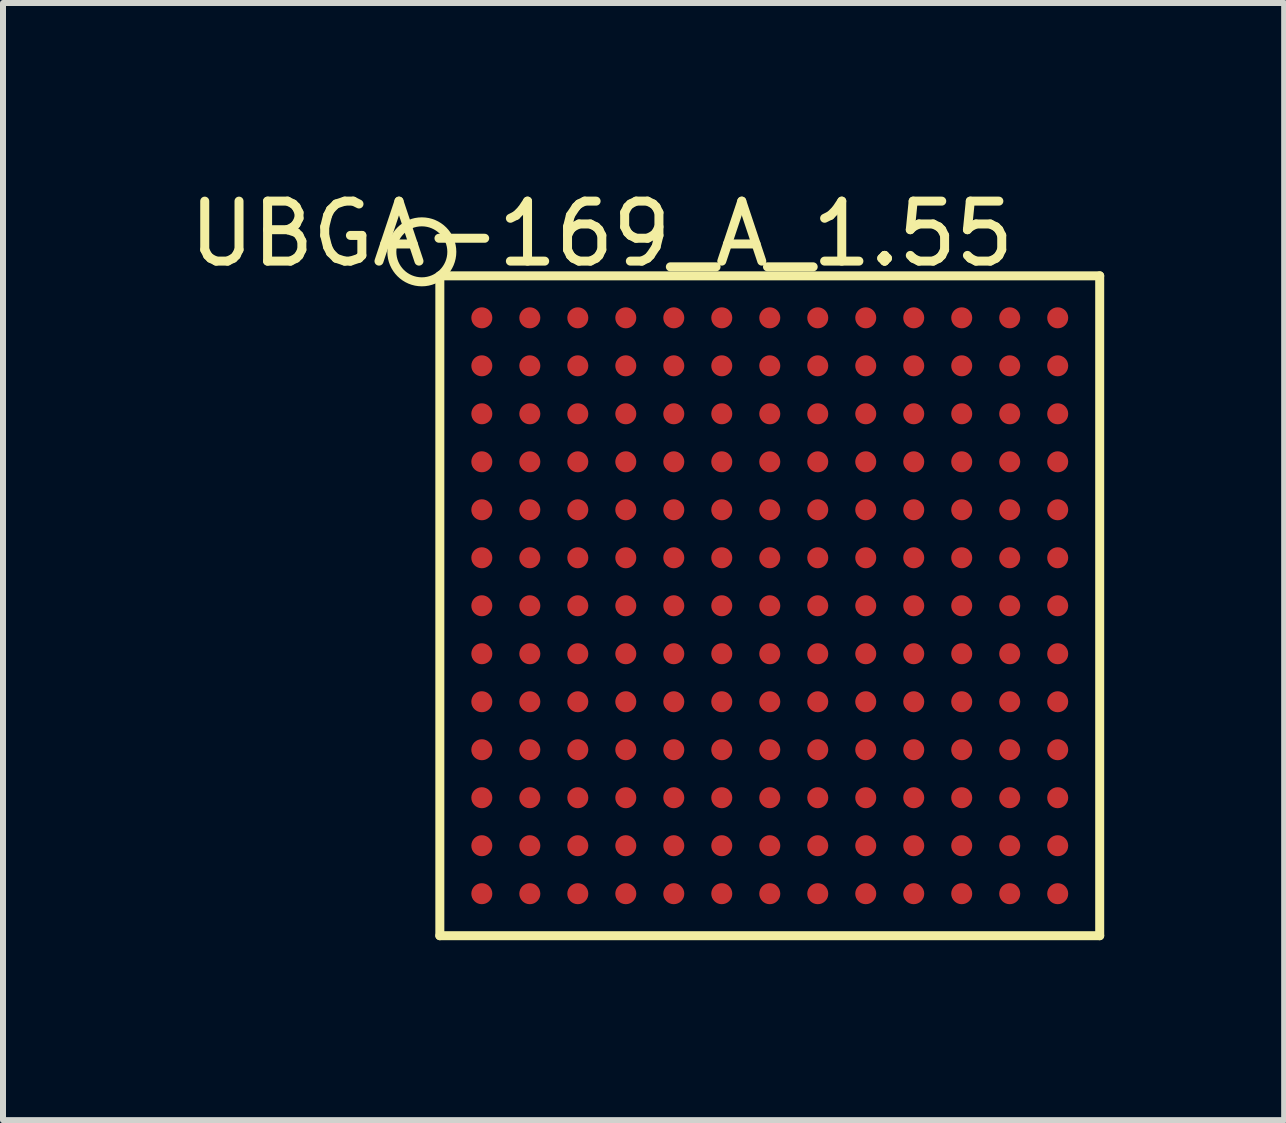
<source format=kicad_pcb>
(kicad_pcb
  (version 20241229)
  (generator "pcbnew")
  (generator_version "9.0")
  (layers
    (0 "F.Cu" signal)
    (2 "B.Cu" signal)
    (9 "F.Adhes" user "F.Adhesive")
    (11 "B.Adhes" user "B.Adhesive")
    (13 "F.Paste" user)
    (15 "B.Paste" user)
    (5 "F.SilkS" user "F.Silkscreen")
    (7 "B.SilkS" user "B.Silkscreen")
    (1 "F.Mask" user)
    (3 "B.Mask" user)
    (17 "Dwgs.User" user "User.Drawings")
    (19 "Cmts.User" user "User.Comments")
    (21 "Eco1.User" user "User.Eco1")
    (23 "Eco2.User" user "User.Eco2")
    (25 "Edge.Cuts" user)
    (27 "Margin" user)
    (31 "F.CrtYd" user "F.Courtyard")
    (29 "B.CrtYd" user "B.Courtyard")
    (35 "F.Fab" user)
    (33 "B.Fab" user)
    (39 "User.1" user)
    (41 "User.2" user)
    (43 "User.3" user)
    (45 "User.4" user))
  (footprint "UBGA-169_A_1.55"
    (layer "F.Cu")
    (at 9.782 7.048)
    (property "Reference" "UBGA-169_A_1.55" (at -2.8 -6.2 0) (layer "F.SilkS") (effects (font (size 1 1) (thickness 0.15))))
    (attr through_hole)
    (fp_line (start -5.5 -5.5) (end 5.5 -5.5) (stroke (width 0.15) (type solid)) (layer "F.SilkS"))
    (fp_line (start -5.5 5.5) (end -5.5 -5.5) (stroke (width 0.15) (type solid)) (layer "F.SilkS"))
    (fp_line (start 5.5 -5.5) (end 5.5 5.5) (stroke (width 0.15) (type solid)) (layer "F.SilkS"))
    (fp_line (start 5.5 5.5) (end -5.5 5.5) (stroke (width 0.15) (type solid)) (layer "F.SilkS"))
    (fp_circle (center -5.8 -5.9) (end -5.5 -5.5) (stroke (width 0.15) (type solid)) (fill no) (layer "F.SilkS"))
    (pad "A1" smd circle (at -4.8 -4.8) (size 0.35 0.35) (layers "F.Cu" "F.Mask" "F.Paste"))
    (pad "A2" smd circle (at -4 -4.8) (size 0.35 0.35) (layers "F.Cu" "F.Mask" "F.Paste"))
    (pad "A3" smd circle (at -3.2 -4.8) (size 0.35 0.35) (layers "F.Cu" "F.Mask" "F.Paste"))
    (pad "A4" smd circle (at -2.4 -4.8) (size 0.35 0.35) (layers "F.Cu" "F.Mask" "F.Paste"))
    (pad "A5" smd circle (at -1.6 -4.8) (size 0.35 0.35) (layers "F.Cu" "F.Mask" "F.Paste"))
    (pad "A6" smd circle (at -0.8 -4.8) (size 0.35 0.35) (layers "F.Cu" "F.Mask" "F.Paste"))
    (pad "A7" smd circle (at 0 -4.8) (size 0.35 0.35) (layers "F.Cu" "F.Mask" "F.Paste"))
    (pad "A8" smd circle (at 0.8 -4.8) (size 0.35 0.35) (layers "F.Cu" "F.Mask" "F.Paste"))
    (pad "A9" smd circle (at 1.6 -4.8) (size 0.35 0.35) (layers "F.Cu" "F.Mask" "F.Paste"))
    (pad "A10" smd circle (at 2.4 -4.8) (size 0.35 0.35) (layers "F.Cu" "F.Mask" "F.Paste"))
    (pad "A11" smd circle (at 3.2 -4.8) (size 0.35 0.35) (layers "F.Cu" "F.Mask" "F.Paste"))
    (pad "A12" smd circle (at 4 -4.8) (size 0.35 0.35) (layers "F.Cu" "F.Mask" "F.Paste"))
    (pad "A13" smd circle (at 4.8 -4.8) (size 0.35 0.35) (layers "F.Cu" "F.Mask" "F.Paste"))
    (pad "B1" smd circle (at -4.8 -4) (size 0.35 0.35) (layers "F.Cu" "F.Mask" "F.Paste"))
    (pad "B2" smd circle (at -4 -4) (size 0.35 0.35) (layers "F.Cu" "F.Mask" "F.Paste"))
    (pad "B3" smd circle (at -3.2 -4) (size 0.35 0.35) (layers "F.Cu" "F.Mask" "F.Paste"))
    (pad "B4" smd circle (at -2.4 -4) (size 0.35 0.35) (layers "F.Cu" "F.Mask" "F.Paste"))
    (pad "B5" smd circle (at -1.6 -4) (size 0.35 0.35) (layers "F.Cu" "F.Mask" "F.Paste"))
    (pad "B6" smd circle (at -0.8 -4) (size 0.35 0.35) (layers "F.Cu" "F.Mask" "F.Paste"))
    (pad "B7" smd circle (at 0 -4) (size 0.35 0.35) (layers "F.Cu" "F.Mask" "F.Paste"))
    (pad "B8" smd circle (at 0.8 -4) (size 0.35 0.35) (layers "F.Cu" "F.Mask" "F.Paste"))
    (pad "B9" smd circle (at 1.6 -4) (size 0.35 0.35) (layers "F.Cu" "F.Mask" "F.Paste"))
    (pad "B10" smd circle (at 2.4 -4) (size 0.35 0.35) (layers "F.Cu" "F.Mask" "F.Paste"))
    (pad "B11" smd circle (at 3.2 -4) (size 0.35 0.35) (layers "F.Cu" "F.Mask" "F.Paste"))
    (pad "B12" smd circle (at 4 -4) (size 0.35 0.35) (layers "F.Cu" "F.Mask" "F.Paste"))
    (pad "B13" smd circle (at 4.8 -4) (size 0.35 0.35) (layers "F.Cu" "F.Mask" "F.Paste"))
    (pad "C1" smd circle (at -4.8 -3.2) (size 0.35 0.35) (layers "F.Cu" "F.Mask" "F.Paste"))
    (pad "C2" smd circle (at -4 -3.2) (size 0.35 0.35) (layers "F.Cu" "F.Mask" "F.Paste"))
    (pad "C3" smd circle (at -3.2 -3.2) (size 0.35 0.35) (layers "F.Cu" "F.Mask" "F.Paste"))
    (pad "C4" smd circle (at -2.4 -3.2) (size 0.35 0.35) (layers "F.Cu" "F.Mask" "F.Paste"))
    (pad "C5" smd circle (at -1.6 -3.2) (size 0.35 0.35) (layers "F.Cu" "F.Mask" "F.Paste"))
    (pad "C6" smd circle (at -0.8 -3.2) (size 0.35 0.35) (layers "F.Cu" "F.Mask" "F.Paste"))
    (pad "C7" smd circle (at 0 -3.2) (size 0.35 0.35) (layers "F.Cu" "F.Mask" "F.Paste"))
    (pad "C8" smd circle (at 0.8 -3.2) (size 0.35 0.35) (layers "F.Cu" "F.Mask" "F.Paste"))
    (pad "C9" smd circle (at 1.6 -3.2) (size 0.35 0.35) (layers "F.Cu" "F.Mask" "F.Paste"))
    (pad "C10" smd circle (at 2.4 -3.2) (size 0.35 0.35) (layers "F.Cu" "F.Mask" "F.Paste"))
    (pad "C11" smd circle (at 3.2 -3.2) (size 0.35 0.35) (layers "F.Cu" "F.Mask" "F.Paste"))
    (pad "C12" smd circle (at 4 -3.2) (size 0.35 0.35) (layers "F.Cu" "F.Mask" "F.Paste"))
    (pad "C13" smd circle (at 4.8 -3.2) (size 0.35 0.35) (layers "F.Cu" "F.Mask" "F.Paste"))
    (pad "D1" smd circle (at -4.8 -2.4) (size 0.35 0.35) (layers "F.Cu" "F.Mask" "F.Paste"))
    (pad "D2" smd circle (at -4 -2.4) (size 0.35 0.35) (layers "F.Cu" "F.Mask" "F.Paste"))
    (pad "D3" smd circle (at -3.2 -2.4) (size 0.35 0.35) (layers "F.Cu" "F.Mask" "F.Paste"))
    (pad "D4" smd circle (at -2.4 -2.4) (size 0.35 0.35) (layers "F.Cu" "F.Mask" "F.Paste"))
    (pad "D5" smd circle (at -1.6 -2.4) (size 0.35 0.35) (layers "F.Cu" "F.Mask" "F.Paste"))
    (pad "D6" smd circle (at -0.8 -2.4) (size 0.35 0.35) (layers "F.Cu" "F.Mask" "F.Paste"))
    (pad "D7" smd circle (at 0 -2.4) (size 0.35 0.35) (layers "F.Cu" "F.Mask" "F.Paste"))
    (pad "D8" smd circle (at 0.8 -2.4) (size 0.35 0.35) (layers "F.Cu" "F.Mask" "F.Paste"))
    (pad "D9" smd circle (at 1.6 -2.4) (size 0.35 0.35) (layers "F.Cu" "F.Mask" "F.Paste"))
    (pad "D10" smd circle (at 2.4 -2.4) (size 0.35 0.35) (layers "F.Cu" "F.Mask" "F.Paste"))
    (pad "D11" smd circle (at 3.2 -2.4) (size 0.35 0.35) (layers "F.Cu" "F.Mask" "F.Paste"))
    (pad "D12" smd circle (at 4 -2.4) (size 0.35 0.35) (layers "F.Cu" "F.Mask" "F.Paste"))
    (pad "D13" smd circle (at 4.8 -2.4) (size 0.35 0.35) (layers "F.Cu" "F.Mask" "F.Paste"))
    (pad "E1" smd circle (at -4.8 -1.6) (size 0.35 0.35) (layers "F.Cu" "F.Mask" "F.Paste"))
    (pad "E2" smd circle (at -4 -1.6) (size 0.35 0.35) (layers "F.Cu" "F.Mask" "F.Paste"))
    (pad "E3" smd circle (at -3.2 -1.6) (size 0.35 0.35) (layers "F.Cu" "F.Mask" "F.Paste"))
    (pad "E4" smd circle (at -2.4 -1.6) (size 0.35 0.35) (layers "F.Cu" "F.Mask" "F.Paste"))
    (pad "E5" smd circle (at -1.6 -1.6) (size 0.35 0.35) (layers "F.Cu" "F.Mask" "F.Paste"))
    (pad "E6" smd circle (at -0.8 -1.6) (size 0.35 0.35) (layers "F.Cu" "F.Mask" "F.Paste"))
    (pad "E7" smd circle (at 0 -1.6) (size 0.35 0.35) (layers "F.Cu" "F.Mask" "F.Paste"))
    (pad "E8" smd circle (at 0.8 -1.6) (size 0.35 0.35) (layers "F.Cu" "F.Mask" "F.Paste"))
    (pad "E9" smd circle (at 1.6 -1.6) (size 0.35 0.35) (layers "F.Cu" "F.Mask" "F.Paste"))
    (pad "E10" smd circle (at 2.4 -1.6) (size 0.35 0.35) (layers "F.Cu" "F.Mask" "F.Paste"))
    (pad "E11" smd circle (at 3.2 -1.6) (size 0.35 0.35) (layers "F.Cu" "F.Mask" "F.Paste"))
    (pad "E12" smd circle (at 4 -1.6) (size 0.35 0.35) (layers "F.Cu" "F.Mask" "F.Paste"))
    (pad "E13" smd circle (at 4.8 -1.6) (size 0.35 0.35) (layers "F.Cu" "F.Mask" "F.Paste"))
    (pad "F1" smd circle (at -4.8 -0.8) (size 0.35 0.35) (layers "F.Cu" "F.Mask" "F.Paste"))
    (pad "F2" smd circle (at -4 -0.8) (size 0.35 0.35) (layers "F.Cu" "F.Mask" "F.Paste"))
    (pad "F3" smd circle (at -3.2 -0.8) (size 0.35 0.35) (layers "F.Cu" "F.Mask" "F.Paste"))
    (pad "F4" smd circle (at -2.4 -0.8) (size 0.35 0.35) (layers "F.Cu" "F.Mask" "F.Paste"))
    (pad "F5" smd circle (at -1.6 -0.8) (size 0.35 0.35) (layers "F.Cu" "F.Mask" "F.Paste"))
    (pad "F6" smd circle (at -0.8 -0.8) (size 0.35 0.35) (layers "F.Cu" "F.Mask" "F.Paste"))
    (pad "F7" smd circle (at 0 -0.8) (size 0.35 0.35) (layers "F.Cu" "F.Mask" "F.Paste"))
    (pad "F8" smd circle (at 0.8 -0.8) (size 0.35 0.35) (layers "F.Cu" "F.Mask" "F.Paste"))
    (pad "F9" smd circle (at 1.6 -0.8) (size 0.35 0.35) (layers "F.Cu" "F.Mask" "F.Paste"))
    (pad "F10" smd circle (at 2.4 -0.8) (size 0.35 0.35) (layers "F.Cu" "F.Mask" "F.Paste"))
    (pad "F11" smd circle (at 3.2 -0.8) (size 0.35 0.35) (layers "F.Cu" "F.Mask" "F.Paste"))
    (pad "F12" smd circle (at 4 -0.8) (size 0.35 0.35) (layers "F.Cu" "F.Mask" "F.Paste"))
    (pad "F13" smd circle (at 4.8 -0.8) (size 0.35 0.35) (layers "F.Cu" "F.Mask" "F.Paste"))
    (pad "G1" smd circle (at -4.8 0) (size 0.35 0.35) (layers "F.Cu" "F.Mask" "F.Paste"))
    (pad "G2" smd circle (at -4 0) (size 0.35 0.35) (layers "F.Cu" "F.Mask" "F.Paste"))
    (pad "G3" smd circle (at -3.2 0) (size 0.35 0.35) (layers "F.Cu" "F.Mask" "F.Paste"))
    (pad "G4" smd circle (at -2.4 0) (size 0.35 0.35) (layers "F.Cu" "F.Mask" "F.Paste"))
    (pad "G5" smd circle (at -1.6 0) (size 0.35 0.35) (layers "F.Cu" "F.Mask" "F.Paste"))
    (pad "G6" smd circle (at -0.8 0) (size 0.35 0.35) (layers "F.Cu" "F.Mask" "F.Paste"))
    (pad "G7" smd circle (at 0 0) (size 0.35 0.35) (layers "F.Cu" "F.Mask" "F.Paste"))
    (pad "G8" smd circle (at 0.8 0) (size 0.35 0.35) (layers "F.Cu" "F.Mask" "F.Paste"))
    (pad "G9" smd circle (at 1.6 0) (size 0.35 0.35) (layers "F.Cu" "F.Mask" "F.Paste"))
    (pad "G10" smd circle (at 2.4 0) (size 0.35 0.35) (layers "F.Cu" "F.Mask" "F.Paste"))
    (pad "G11" smd circle (at 3.2 0) (size 0.35 0.35) (layers "F.Cu" "F.Mask" "F.Paste"))
    (pad "G12" smd circle (at 4 0) (size 0.35 0.35) (layers "F.Cu" "F.Mask" "F.Paste"))
    (pad "G13" smd circle (at 4.8 0) (size 0.35 0.35) (layers "F.Cu" "F.Mask" "F.Paste"))
    (pad "H1" smd circle (at -4.8 0.8) (size 0.35 0.35) (layers "F.Cu" "F.Mask" "F.Paste"))
    (pad "H2" smd circle (at -4 0.8) (size 0.35 0.35) (layers "F.Cu" "F.Mask" "F.Paste"))
    (pad "H3" smd circle (at -3.2 0.8) (size 0.35 0.35) (layers "F.Cu" "F.Mask" "F.Paste"))
    (pad "H4" smd circle (at -2.4 0.8) (size 0.35 0.35) (layers "F.Cu" "F.Mask" "F.Paste"))
    (pad "H5" smd circle (at -1.6 0.8) (size 0.35 0.35) (layers "F.Cu" "F.Mask" "F.Paste"))
    (pad "H6" smd circle (at -0.8 0.8) (size 0.35 0.35) (layers "F.Cu" "F.Mask" "F.Paste"))
    (pad "H7" smd circle (at 0 0.8) (size 0.35 0.35) (layers "F.Cu" "F.Mask" "F.Paste"))
    (pad "H8" smd circle (at 0.8 0.8) (size 0.35 0.35) (layers "F.Cu" "F.Mask" "F.Paste"))
    (pad "H9" smd circle (at 1.6 0.8) (size 0.35 0.35) (layers "F.Cu" "F.Mask" "F.Paste"))
    (pad "H10" smd circle (at 2.4 0.8) (size 0.35 0.35) (layers "F.Cu" "F.Mask" "F.Paste"))
    (pad "H11" smd circle (at 3.2 0.8) (size 0.35 0.35) (layers "F.Cu" "F.Mask" "F.Paste"))
    (pad "H12" smd circle (at 4 0.8) (size 0.35 0.35) (layers "F.Cu" "F.Mask" "F.Paste"))
    (pad "H13" smd circle (at 4.8 0.8) (size 0.35 0.35) (layers "F.Cu" "F.Mask" "F.Paste"))
    (pad "J1" smd circle (at -4.8 1.6) (size 0.35 0.35) (layers "F.Cu" "F.Mask" "F.Paste"))
    (pad "J2" smd circle (at -4 1.6) (size 0.35 0.35) (layers "F.Cu" "F.Mask" "F.Paste"))
    (pad "J3" smd circle (at -3.2 1.6) (size 0.35 0.35) (layers "F.Cu" "F.Mask" "F.Paste"))
    (pad "J4" smd circle (at -2.4 1.6) (size 0.35 0.35) (layers "F.Cu" "F.Mask" "F.Paste"))
    (pad "J5" smd circle (at -1.6 1.6) (size 0.35 0.35) (layers "F.Cu" "F.Mask" "F.Paste"))
    (pad "J6" smd circle (at -0.8 1.6) (size 0.35 0.35) (layers "F.Cu" "F.Mask" "F.Paste"))
    (pad "J7" smd circle (at 0 1.6) (size 0.35 0.35) (layers "F.Cu" "F.Mask" "F.Paste"))
    (pad "J8" smd circle (at 0.8 1.6) (size 0.35 0.35) (layers "F.Cu" "F.Mask" "F.Paste"))
    (pad "J9" smd circle (at 1.6 1.6) (size 0.35 0.35) (layers "F.Cu" "F.Mask" "F.Paste"))
    (pad "J10" smd circle (at 2.4 1.6) (size 0.35 0.35) (layers "F.Cu" "F.Mask" "F.Paste"))
    (pad "J11" smd circle (at 3.2 1.6) (size 0.35 0.35) (layers "F.Cu" "F.Mask" "F.Paste"))
    (pad "J12" smd circle (at 4 1.6) (size 0.35 0.35) (layers "F.Cu" "F.Mask" "F.Paste"))
    (pad "J13" smd circle (at 4.8 1.6) (size 0.35 0.35) (layers "F.Cu" "F.Mask" "F.Paste"))
    (pad "K1" smd circle (at -4.8 2.4) (size 0.35 0.35) (layers "F.Cu" "F.Mask" "F.Paste"))
    (pad "K2" smd circle (at -4 2.4) (size 0.35 0.35) (layers "F.Cu" "F.Mask" "F.Paste"))
    (pad "K3" smd circle (at -3.2 2.4) (size 0.35 0.35) (layers "F.Cu" "F.Mask" "F.Paste"))
    (pad "K4" smd circle (at -2.4 2.4) (size 0.35 0.35) (layers "F.Cu" "F.Mask" "F.Paste"))
    (pad "K5" smd circle (at -1.6 2.4) (size 0.35 0.35) (layers "F.Cu" "F.Mask" "F.Paste"))
    (pad "K6" smd circle (at -0.8 2.4) (size 0.35 0.35) (layers "F.Cu" "F.Mask" "F.Paste"))
    (pad "K7" smd circle (at 0 2.4) (size 0.35 0.35) (layers "F.Cu" "F.Mask" "F.Paste"))
    (pad "K8" smd circle (at 0.8 2.4) (size 0.35 0.35) (layers "F.Cu" "F.Mask" "F.Paste"))
    (pad "K9" smd circle (at 1.6 2.4) (size 0.35 0.35) (layers "F.Cu" "F.Mask" "F.Paste"))
    (pad "K10" smd circle (at 2.4 2.4) (size 0.35 0.35) (layers "F.Cu" "F.Mask" "F.Paste"))
    (pad "K11" smd circle (at 3.2 2.4) (size 0.35 0.35) (layers "F.Cu" "F.Mask" "F.Paste"))
    (pad "K12" smd circle (at 4 2.4) (size 0.35 0.35) (layers "F.Cu" "F.Mask" "F.Paste"))
    (pad "K13" smd circle (at 4.8 2.4) (size 0.35 0.35) (layers "F.Cu" "F.Mask" "F.Paste"))
    (pad "L1" smd circle (at -4.8 3.2) (size 0.35 0.35) (layers "F.Cu" "F.Mask" "F.Paste"))
    (pad "L2" smd circle (at -4 3.2) (size 0.35 0.35) (layers "F.Cu" "F.Mask" "F.Paste"))
    (pad "L3" smd circle (at -3.2 3.2) (size 0.35 0.35) (layers "F.Cu" "F.Mask" "F.Paste"))
    (pad "L4" smd circle (at -2.4 3.2) (size 0.35 0.35) (layers "F.Cu" "F.Mask" "F.Paste"))
    (pad "L5" smd circle (at -1.6 3.2) (size 0.35 0.35) (layers "F.Cu" "F.Mask" "F.Paste"))
    (pad "L6" smd circle (at -0.8 3.2) (size 0.35 0.35) (layers "F.Cu" "F.Mask" "F.Paste"))
    (pad "L7" smd circle (at 0 3.2) (size 0.35 0.35) (layers "F.Cu" "F.Mask" "F.Paste"))
    (pad "L8" smd circle (at 0.8 3.2) (size 0.35 0.35) (layers "F.Cu" "F.Mask" "F.Paste"))
    (pad "L9" smd circle (at 1.6 3.2) (size 0.35 0.35) (layers "F.Cu" "F.Mask" "F.Paste"))
    (pad "L10" smd circle (at 2.4 3.2) (size 0.35 0.35) (layers "F.Cu" "F.Mask" "F.Paste"))
    (pad "L11" smd circle (at 3.2 3.2) (size 0.35 0.35) (layers "F.Cu" "F.Mask" "F.Paste"))
    (pad "L12" smd circle (at 4 3.2) (size 0.35 0.35) (layers "F.Cu" "F.Mask" "F.Paste"))
    (pad "L13" smd circle (at 4.8 3.2) (size 0.35 0.35) (layers "F.Cu" "F.Mask" "F.Paste"))
    (pad "M1" smd circle (at -4.8 4) (size 0.35 0.35) (layers "F.Cu" "F.Mask" "F.Paste"))
    (pad "M2" smd circle (at -4 4) (size 0.35 0.35) (layers "F.Cu" "F.Mask" "F.Paste"))
    (pad "M3" smd circle (at -3.2 4) (size 0.35 0.35) (layers "F.Cu" "F.Mask" "F.Paste"))
    (pad "M4" smd circle (at -2.4 4) (size 0.35 0.35) (layers "F.Cu" "F.Mask" "F.Paste"))
    (pad "M5" smd circle (at -1.6 4) (size 0.35 0.35) (layers "F.Cu" "F.Mask" "F.Paste"))
    (pad "M6" smd circle (at -0.8 4) (size 0.35 0.35) (layers "F.Cu" "F.Mask" "F.Paste"))
    (pad "M7" smd circle (at 0 4) (size 0.35 0.35) (layers "F.Cu" "F.Mask" "F.Paste"))
    (pad "M8" smd circle (at 0.8 4) (size 0.35 0.35) (layers "F.Cu" "F.Mask" "F.Paste"))
    (pad "M9" smd circle (at 1.6 4) (size 0.35 0.35) (layers "F.Cu" "F.Mask" "F.Paste"))
    (pad "M10" smd circle (at 2.4 4) (size 0.35 0.35) (layers "F.Cu" "F.Mask" "F.Paste"))
    (pad "M11" smd circle (at 3.2 4) (size 0.35 0.35) (layers "F.Cu" "F.Mask" "F.Paste"))
    (pad "M12" smd circle (at 4 4) (size 0.35 0.35) (layers "F.Cu" "F.Mask" "F.Paste"))
    (pad "M13" smd circle (at 4.8 4) (size 0.35 0.35) (layers "F.Cu" "F.Mask" "F.Paste"))
    (pad "N1" smd circle (at -4.8 4.8) (size 0.35 0.35) (layers "F.Cu" "F.Mask" "F.Paste"))
    (pad "N2" smd circle (at -4 4.8) (size 0.35 0.35) (layers "F.Cu" "F.Mask" "F.Paste"))
    (pad "N3" smd circle (at -3.2 4.8) (size 0.35 0.35) (layers "F.Cu" "F.Mask" "F.Paste"))
    (pad "N4" smd circle (at -2.4 4.8) (size 0.35 0.35) (layers "F.Cu" "F.Mask" "F.Paste"))
    (pad "N5" smd circle (at -1.6 4.8) (size 0.35 0.35) (layers "F.Cu" "F.Mask" "F.Paste"))
    (pad "N6" smd circle (at -0.8 4.8) (size 0.35 0.35) (layers "F.Cu" "F.Mask" "F.Paste"))
    (pad "N7" smd circle (at 0 4.8) (size 0.35 0.35) (layers "F.Cu" "F.Mask" "F.Paste"))
    (pad "N8" smd circle (at 0.8 4.8) (size 0.35 0.35) (layers "F.Cu" "F.Mask" "F.Paste"))
    (pad "N9" smd circle (at 1.6 4.8) (size 0.35 0.35) (layers "F.Cu" "F.Mask" "F.Paste"))
    (pad "N10" smd circle (at 2.4 4.8) (size 0.35 0.35) (layers "F.Cu" "F.Mask" "F.Paste"))
    (pad "N11" smd circle (at 3.2 4.8) (size 0.35 0.35) (layers "F.Cu" "F.Mask" "F.Paste"))
    (pad "N12" smd circle (at 4 4.8) (size 0.35 0.35) (layers "F.Cu" "F.Mask" "F.Paste"))
    (pad "N13" smd circle (at 4.8 4.8) (size 0.35 0.35) (layers "F.Cu" "F.Mask" "F.Paste")))
  (gr_rect
    (start -3 -3)
    (end 18.357 15.623)
    (stroke (width 0.1) (type default))
    (fill no)
    (layer "Edge.Cuts")))
</source>
